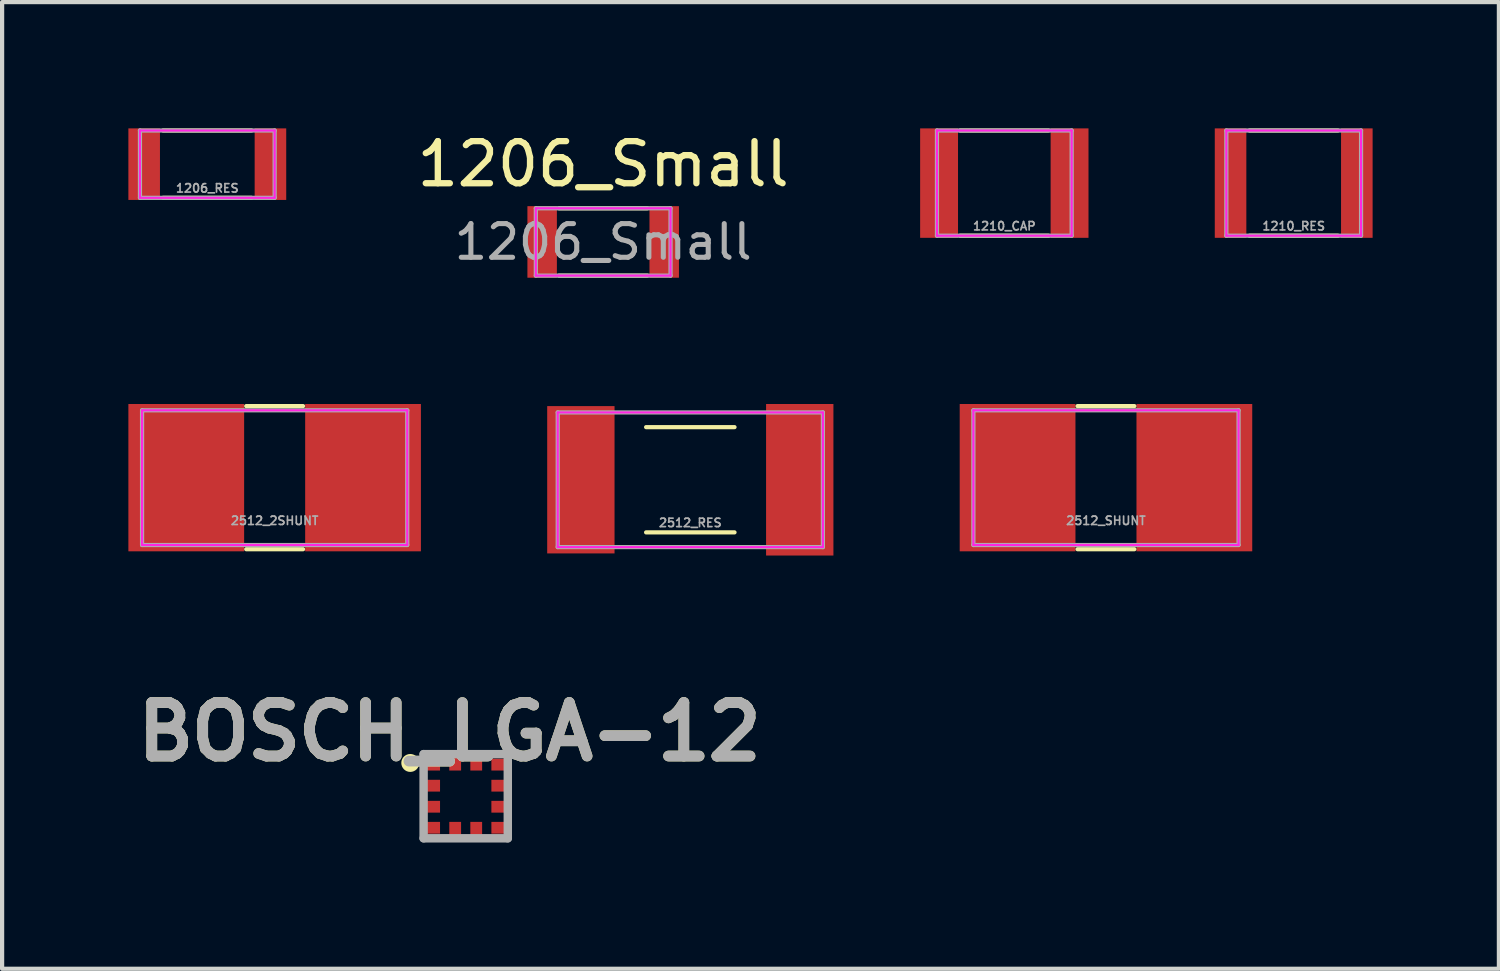
<source format=kicad_pcb>
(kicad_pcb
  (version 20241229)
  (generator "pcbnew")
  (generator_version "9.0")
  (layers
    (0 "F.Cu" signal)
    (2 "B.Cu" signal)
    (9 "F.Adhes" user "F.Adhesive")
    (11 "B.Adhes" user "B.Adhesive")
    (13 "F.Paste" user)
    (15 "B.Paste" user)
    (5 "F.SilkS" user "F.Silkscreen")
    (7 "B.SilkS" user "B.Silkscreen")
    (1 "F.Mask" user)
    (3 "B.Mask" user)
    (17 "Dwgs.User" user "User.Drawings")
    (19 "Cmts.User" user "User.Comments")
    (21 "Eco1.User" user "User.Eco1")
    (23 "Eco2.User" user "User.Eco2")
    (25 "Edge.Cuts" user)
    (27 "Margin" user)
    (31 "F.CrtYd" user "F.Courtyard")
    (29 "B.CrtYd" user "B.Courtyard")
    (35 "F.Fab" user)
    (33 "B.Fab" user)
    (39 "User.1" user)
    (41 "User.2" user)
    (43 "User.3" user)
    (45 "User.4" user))
  (footprint "2512_2SHUNT"
    (layer "F.Cu")
    (at 3.475 8.298)
    (property "Reference" "2512_2SHUNT" (at 0 1.022 180) (layer "F.Fab") (effects (font (size 0.2 0.2) (thickness 0.04))))
    (attr smd)
    (fp_line (start -0.675 -1.7) (end 0.675 -1.7) (stroke (width 0.1) (type solid)) (layer "F.SilkS"))
    (fp_line (start 0.675 1.7) (end -0.675 1.7) (stroke (width 0.1) (type solid)) (layer "F.SilkS"))
    (fp_line (start -3.15 -1.6) (end 3.15 -1.6) (stroke (width 0.05) (type solid)) (layer "F.CrtYd"))
    (fp_line (start -3.15 1.6) (end -3.15 -1.6) (stroke (width 0.05) (type solid)) (layer "F.CrtYd"))
    (fp_line (start 3.15 -1.6) (end 3.15 1.6) (stroke (width 0.05) (type solid)) (layer "F.CrtYd"))
    (fp_line (start 3.15 1.6) (end -3.15 1.6) (stroke (width 0.05) (type solid)) (layer "F.CrtYd"))
    (fp_line (start -3.15 -1.6) (end 3.15 -1.6) (stroke (width 0.1) (type solid)) (layer "F.Fab"))
    (fp_line (start -3.15 1.6) (end -3.15 -1.6) (stroke (width 0.1) (type solid)) (layer "F.Fab"))
    (fp_line (start 3.15 -1.6) (end 3.15 1.6) (stroke (width 0.1) (type solid)) (layer "F.Fab"))
    (fp_line (start 3.15 1.6) (end -3.15 1.6) (stroke (width 0.1) (type solid)) (layer "F.Fab"))
    (pad "1" smd rect (at -2.1 0) (size 2.75 3.5) (layers "F.Cu" "F.Mask" "F.Paste"))
    (pad "2" smd rect (at 2.1 0) (size 2.75 3.5) (layers "F.Cu" "F.Mask" "F.Paste")))
  (footprint "1206_Small"
    (layer "F.Cu")
    (at 11.28 2.698)
    (property "Reference" "1206_Small" (at 0 -1.85 0) (layer "F.SilkS") (effects (font (size 1 1) (thickness 0.15))))
    (attr smd)
    (fp_line (start -1.05 -0.8) (end 1.05 -0.8) (stroke (width 0.1) (type solid)) (layer "F.SilkS"))
    (fp_line (start 1.05 0.8) (end -1.05 0.8) (stroke (width 0.1) (type solid)) (layer "F.SilkS"))
    (fp_line (start -1.6 -0.8) (end 1.6 -0.8) (stroke (width 0.05) (type solid)) (layer "F.CrtYd"))
    (fp_line (start -1.6 0.8) (end -1.6 -0.8) (stroke (width 0.05) (type solid)) (layer "F.CrtYd"))
    (fp_line (start 1.6 -0.8) (end 1.6 0.8) (stroke (width 0.05) (type solid)) (layer "F.CrtYd"))
    (fp_line (start 1.6 0.8) (end -1.6 0.8) (stroke (width 0.05) (type solid)) (layer "F.CrtYd"))
    (fp_line (start -1.6 -0.8) (end 1.6 -0.8) (stroke (width 0.1) (type solid)) (layer "F.Fab"))
    (fp_line (start -1.6 0.8) (end -1.6 -0.8) (stroke (width 0.1) (type solid)) (layer "F.Fab"))
    (fp_line (start 1.6 -0.8) (end 1.6 0.8) (stroke (width 0.1) (type solid)) (layer "F.Fab"))
    (fp_line (start 1.6 0.8) (end -1.6 0.8) (stroke (width 0.1) (type solid)) (layer "F.Fab"))
    (fp_text user "${REFERENCE}" (at 0 0 0) (layer "F.Fab") (effects (font (size 0.8 0.8) (thickness 0.12))))
    (pad "1" smd rect (at -1.45 0) (size 0.7 1.7) (layers "F.Cu" "F.Mask" "F.Paste"))
    (pad "2" smd rect (at 1.45 0) (size 0.7 1.7) (layers "F.Cu" "F.Mask" "F.Paste")))
  (footprint "1206_RES"
    (layer "F.Cu")
    (at 1.875 0.85)
    (property "Reference" "1206_RES" (at 0 0.572 180) (layer "F.Fab") (effects (font (size 0.2 0.2) (thickness 0.04))))
    (attr smd)
    (fp_line (start -1.05 -0.8) (end 1.05 -0.8) (stroke (width 0.1) (type solid)) (layer "F.SilkS"))
    (fp_line (start 1.05 0.8) (end -1.05 0.8) (stroke (width 0.1) (type solid)) (layer "F.SilkS"))
    (fp_line (start -1.6 -0.8) (end 1.6 -0.8) (stroke (width 0.05) (type solid)) (layer "F.CrtYd"))
    (fp_line (start -1.6 0.8) (end -1.6 -0.8) (stroke (width 0.05) (type solid)) (layer "F.CrtYd"))
    (fp_line (start 1.6 -0.8) (end 1.6 0.8) (stroke (width 0.05) (type solid)) (layer "F.CrtYd"))
    (fp_line (start 1.6 0.8) (end -1.6 0.8) (stroke (width 0.05) (type solid)) (layer "F.CrtYd"))
    (fp_line (start -1.6 -0.8) (end 1.6 -0.8) (stroke (width 0.1) (type solid)) (layer "F.Fab"))
    (fp_line (start -1.6 0.8) (end -1.6 -0.8) (stroke (width 0.1) (type solid)) (layer "F.Fab"))
    (fp_line (start 1.6 -0.8) (end 1.6 0.8) (stroke (width 0.1) (type solid)) (layer "F.Fab"))
    (fp_line (start 1.6 0.8) (end -1.6 0.8) (stroke (width 0.1) (type solid)) (layer "F.Fab"))
    (pad "1" smd rect (at -1.5 0) (size 0.75 1.7) (layers "F.Cu" "F.Mask" "F.Paste"))
    (pad "2" smd rect (at 1.5 0) (size 0.75 1.7) (layers "F.Cu" "F.Mask" "F.Paste")))
  (footprint "1210_RES"
    (layer "F.Cu")
    (at 27.685 1.3)
    (property "Reference" "1210_RES" (at 0 1.022 180) (layer "F.Fab") (effects (font (size 0.2 0.2) (thickness 0.04))))
    (attr smd)
    (fp_line (start -1.05 -1.25) (end 1.05 -1.25) (stroke (width 0.1) (type solid)) (layer "F.SilkS"))
    (fp_line (start 1.05 1.25) (end -1.05 1.25) (stroke (width 0.1) (type solid)) (layer "F.SilkS"))
    (fp_line (start -1.6 -1.25) (end 1.6 -1.25) (stroke (width 0.05) (type solid)) (layer "F.CrtYd"))
    (fp_line (start -1.6 1.25) (end -1.6 -1.25) (stroke (width 0.05) (type solid)) (layer "F.CrtYd"))
    (fp_line (start 1.6 -1.25) (end 1.6 1.25) (stroke (width 0.05) (type solid)) (layer "F.CrtYd"))
    (fp_line (start 1.6 1.25) (end -1.6 1.25) (stroke (width 0.05) (type solid)) (layer "F.CrtYd"))
    (fp_line (start -1.6 -1.25) (end 1.6 -1.25) (stroke (width 0.1) (type solid)) (layer "F.Fab"))
    (fp_line (start -1.6 1.25) (end -1.6 -1.25) (stroke (width 0.1) (type solid)) (layer "F.Fab"))
    (fp_line (start 1.6 -1.25) (end 1.6 1.25) (stroke (width 0.1) (type solid)) (layer "F.Fab"))
    (fp_line (start 1.6 1.25) (end -1.6 1.25) (stroke (width 0.1) (type solid)) (layer "F.Fab"))
    (pad "1" smd rect (at -1.5 0) (size 0.75 2.6) (layers "F.Cu" "F.Mask" "F.Paste"))
    (pad "2" smd rect (at 1.5 0) (size 0.75 2.6) (layers "F.Cu" "F.Mask" "F.Paste")))
  (footprint "2512_SHUNT"
    (layer "F.Cu")
    (at 23.225 8.298)
    (property "Reference" "2512_SHUNT" (at 0 1.022 180) (layer "F.Fab") (effects (font (size 0.2 0.2) (thickness 0.04))))
    (attr smd)
    (fp_line (start -0.675 -1.7) (end 0.675 -1.7) (stroke (width 0.1) (type solid)) (layer "F.SilkS"))
    (fp_line (start 0.675 1.7) (end -0.675 1.7) (stroke (width 0.1) (type solid)) (layer "F.SilkS"))
    (fp_line (start -3.15 -1.6) (end 3.15 -1.6) (stroke (width 0.05) (type solid)) (layer "F.CrtYd"))
    (fp_line (start -3.15 1.6) (end -3.15 -1.6) (stroke (width 0.05) (type solid)) (layer "F.CrtYd"))
    (fp_line (start 3.15 -1.6) (end 3.15 1.6) (stroke (width 0.05) (type solid)) (layer "F.CrtYd"))
    (fp_line (start 3.15 1.6) (end -3.15 1.6) (stroke (width 0.05) (type solid)) (layer "F.CrtYd"))
    (fp_line (start -3.15 -1.6) (end 3.15 -1.6) (stroke (width 0.1) (type solid)) (layer "F.Fab"))
    (fp_line (start -3.15 1.6) (end -3.15 -1.6) (stroke (width 0.1) (type solid)) (layer "F.Fab"))
    (fp_line (start 3.15 -1.6) (end 3.15 1.6) (stroke (width 0.1) (type solid)) (layer "F.Fab"))
    (fp_line (start 3.15 1.6) (end -3.15 1.6) (stroke (width 0.1) (type solid)) (layer "F.Fab"))
    (pad "1" smd rect (at -2.1 0) (size 2.75 3.5) (layers "F.Cu" "F.Mask" "F.Paste"))
    (pad "2" smd circle (at -2.1 0) (size 0.25 0.25) (layers "F.Cu" "F.Mask" "F.Paste"))
    (pad "3" smd circle (at 2.1 0) (size 0.25 0.25) (layers "F.Cu" "F.Mask" "F.Paste"))
    (pad "4" smd rect (at 2.1 0) (size 2.75 3.5) (layers "F.Cu" "F.Mask" "F.Paste")))
  (footprint "2512_RES"
    (layer "F.Cu")
    (at 13.35 8.348)
    (property "Reference" "2512_RES" (at 0 1.022 180) (layer "F.Fab") (effects (font (size 0.2 0.2) (thickness 0.04))))
    (attr smd)
    (fp_line (start -1.05 -1.25) (end 1.05 -1.25) (stroke (width 0.1) (type solid)) (layer "F.SilkS"))
    (fp_line (start 1.05 1.25) (end -1.05 1.25) (stroke (width 0.1) (type solid)) (layer "F.SilkS"))
    (fp_line (start -3.15 -1.6) (end 3.15 -1.6) (stroke (width 0.05) (type solid)) (layer "F.CrtYd"))
    (fp_line (start -3.15 1.6) (end -3.15 -1.6) (stroke (width 0.05) (type solid)) (layer "F.CrtYd"))
    (fp_line (start 3.15 -1.6) (end 3.15 1.6) (stroke (width 0.05) (type solid)) (layer "F.CrtYd"))
    (fp_line (start 3.15 1.6) (end -3.15 1.6) (stroke (width 0.05) (type solid)) (layer "F.CrtYd"))
    (fp_line (start -3.15 -1.6) (end 3.15 -1.6) (stroke (width 0.1) (type solid)) (layer "F.Fab"))
    (fp_line (start -3.15 1.6) (end -3.15 -1.6) (stroke (width 0.1) (type solid)) (layer "F.Fab"))
    (fp_line (start 3.15 -1.6) (end 3.15 1.6) (stroke (width 0.1) (type solid)) (layer "F.Fab"))
    (fp_line (start 3.15 1.6) (end -3.15 1.6) (stroke (width 0.1) (type solid)) (layer "F.Fab"))
    (pad "1" smd rect (at -2.6 0) (size 1.6 3.5) (layers "F.Cu" "F.Mask" "F.Paste"))
    (pad "2" smd rect (at 2.6 0) (size 1.6 3.6) (layers "F.Cu" "F.Mask" "F.Paste")))
  (footprint "BOSCH_LGA-12"
    (layer "F.Cu")
    (at 8.014 15.866)
    (property "Reference" "BOSCH_LGA-12" (at -0.382 -1.529 0) (layer "F.SilkS") (effects (font (size 1.27 1.27) (thickness 0.254))))
    (attr smd)
    (fp_circle (center -1.317 -0.79) (end -1.317 -0.777) (stroke (width 0.2) (type solid)) (fill no) (layer "F.SilkS"))
    (fp_line (start -1 -1) (end 1 -1) (stroke (width 0.2) (type solid)) (layer "F.Fab"))
    (fp_line (start -1 1) (end -1 -1) (stroke (width 0.2) (type solid)) (layer "F.Fab"))
    (fp_line (start 1 -1) (end 1 1) (stroke (width 0.2) (type solid)) (layer "F.Fab"))
    (fp_line (start 1 1) (end -1 1) (stroke (width 0.2) (type solid)) (layer "F.Fab"))
    (fp_text user "${REFERENCE}" (at -0.382 -1.529 0) (layer "F.Fab") (effects (font (size 1.27 1.27) (thickness 0.254))))
    (pad "1" smd rect (at -0.815 -0.75 90) (size 0.28 0.41) (layers "F.Cu" "F.Mask" "F.Paste"))
    (pad "2" smd rect (at -0.815 -0.25 90) (size 0.28 0.41) (layers "F.Cu" "F.Mask" "F.Paste"))
    (pad "3" smd rect (at -0.815 0.25 90) (size 0.28 0.41) (layers "F.Cu" "F.Mask" "F.Paste"))
    (pad "4" smd rect (at -0.815 0.75 90) (size 0.28 0.41) (layers "F.Cu" "F.Mask" "F.Paste"))
    (pad "5" smd rect (at -0.25 0.815) (size 0.28 0.41) (layers "F.Cu" "F.Mask" "F.Paste"))
    (pad "6" smd rect (at 0.25 0.815) (size 0.28 0.41) (layers "F.Cu" "F.Mask" "F.Paste"))
    (pad "7" smd rect (at 0.815 0.75 90) (size 0.28 0.41) (layers "F.Cu" "F.Mask" "F.Paste"))
    (pad "8" smd rect (at 0.815 0.25 90) (size 0.28 0.41) (layers "F.Cu" "F.Mask" "F.Paste"))
    (pad "9" smd rect (at 0.815 -0.25 90) (size 0.28 0.41) (layers "F.Cu" "F.Mask" "F.Paste"))
    (pad "10" smd rect (at 0.815 -0.75 90) (size 0.28 0.41) (layers "F.Cu" "F.Mask" "F.Paste"))
    (pad "11" smd rect (at 0.25 -0.815) (size 0.28 0.41) (layers "F.Cu" "F.Mask" "F.Paste"))
    (pad "12" smd rect (at -0.25 -0.815) (size 0.28 0.41) (layers "F.Cu" "F.Mask" "F.Paste")))
  (footprint "1210_CAP"
    (layer "F.Cu")
    (at 20.81 1.3)
    (property "Reference" "1210_CAP" (at 0 1.022 180) (layer "F.Fab") (effects (font (size 0.2 0.2) (thickness 0.04))))
    (attr smd)
    (fp_line (start -1.05 -1.25) (end 1.05 -1.25) (stroke (width 0.1) (type solid)) (layer "F.SilkS"))
    (fp_line (start 1.05 1.25) (end -1.05 1.25) (stroke (width 0.1) (type solid)) (layer "F.SilkS"))
    (fp_line (start -1.6 -1.25) (end 1.6 -1.25) (stroke (width 0.05) (type solid)) (layer "F.CrtYd"))
    (fp_line (start -1.6 1.25) (end -1.6 -1.25) (stroke (width 0.05) (type solid)) (layer "F.CrtYd"))
    (fp_line (start 1.6 -1.25) (end 1.6 1.25) (stroke (width 0.05) (type solid)) (layer "F.CrtYd"))
    (fp_line (start 1.6 1.25) (end -1.6 1.25) (stroke (width 0.05) (type solid)) (layer "F.CrtYd"))
    (fp_line (start -1.6 -1.25) (end 1.6 -1.25) (stroke (width 0.1) (type solid)) (layer "F.Fab"))
    (fp_line (start -1.6 1.25) (end -1.6 -1.25) (stroke (width 0.1) (type solid)) (layer "F.Fab"))
    (fp_line (start 1.6 -1.25) (end 1.6 1.25) (stroke (width 0.1) (type solid)) (layer "F.Fab"))
    (fp_line (start 1.6 1.25) (end -1.6 1.25) (stroke (width 0.1) (type solid)) (layer "F.Fab"))
    (pad "1" smd rect (at -1.55 0) (size 0.9 2.6) (layers "F.Cu" "F.Mask" "F.Paste"))
    (pad "2" smd rect (at 1.55 0) (size 0.9 2.6) (layers "F.Cu" "F.Mask" "F.Paste")))
  (gr_rect
    (start -3 -3)
    (end 32.56 19.966)
    (stroke (width 0.1) (type default))
    (fill no)
    (layer "Edge.Cuts")))
</source>
